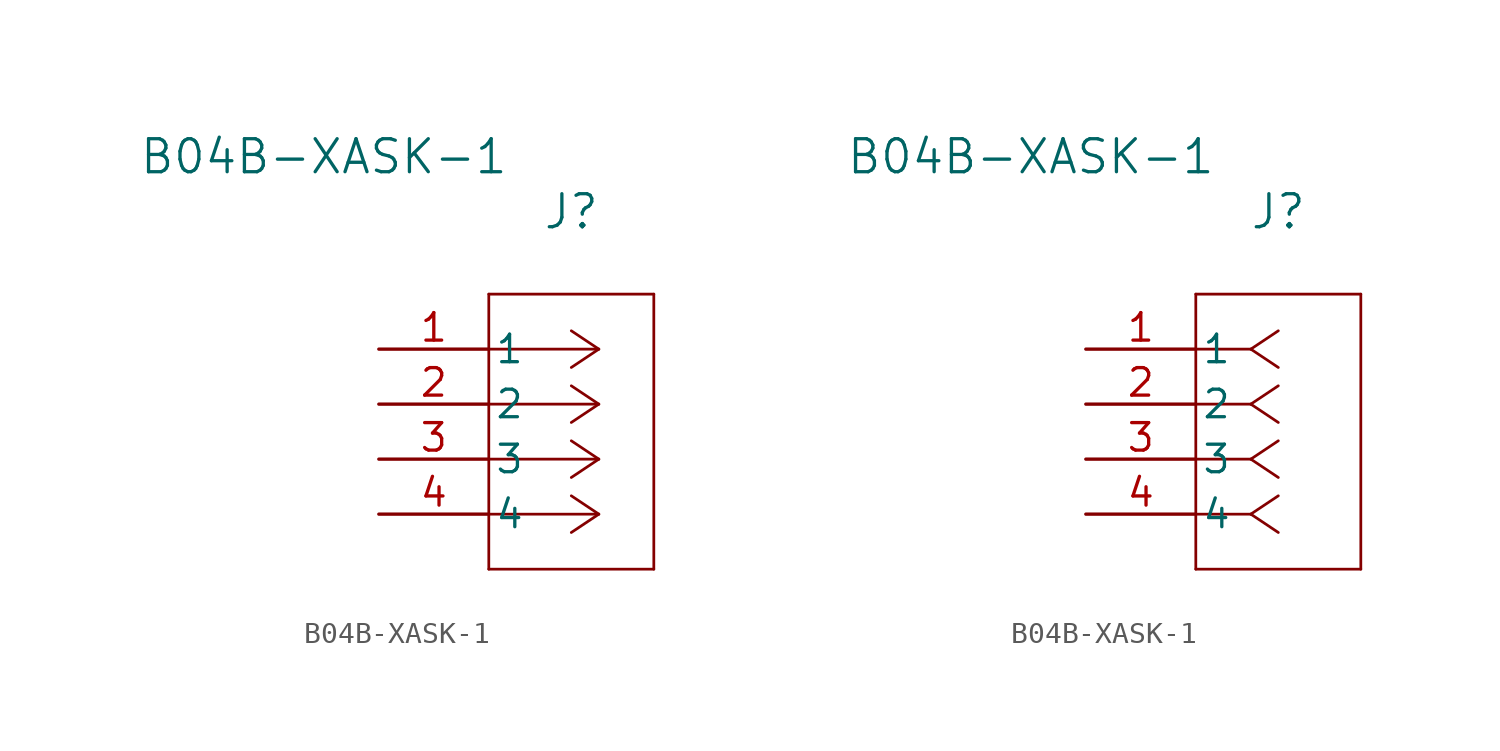
<source format=kicad_sym>
(kicad_symbol_lib
  (version 20220914)
  (generator kicad_symbol_editor)
  (symbol "B04B-XASK-1"
    (pin_names
      (offset 0.254))
    (property "Reference" "J"
      (at 8.89 6.35 0)
      (effects (font (size 1.524 1.524))))
    (property "Value" "B04B-XASK-1"
      (at -2.54 8.89 0)
      (effects (font (size 1.524 1.524))))
    (property "ki_locked" ""
      (at 0 0 0)
      (effects (font (size 1.27 1.27))))
    (symbol "B04B-XASK-1_1_1"
      (polyline (pts (xy 5.08 -10.16) (xy 12.7 -10.16)) (stroke (width 0.127) (type default)) (fill (type none)))
      (polyline (pts (xy 5.08 2.54) (xy 5.08 -10.16)) (stroke (width 0.127) (type default)) (fill (type none)))
      (polyline (pts (xy 10.16 -7.62) (xy 5.08 -7.62)) (stroke (width 0.127) (type default)) (fill (type none)))
      (polyline (pts (xy 10.16 -7.62) (xy 8.89 -8.467)) (stroke (width 0.127) (type default)) (fill (type none)))
      (polyline (pts (xy 10.16 -7.62) (xy 8.89 -6.773)) (stroke (width 0.127) (type default)) (fill (type none)))
      (polyline (pts (xy 10.16 -5.08) (xy 5.08 -5.08)) (stroke (width 0.127) (type default)) (fill (type none)))
      (polyline (pts (xy 10.16 -5.08) (xy 8.89 -5.927)) (stroke (width 0.127) (type default)) (fill (type none)))
      (polyline (pts (xy 10.16 -5.08) (xy 8.89 -4.233)) (stroke (width 0.127) (type default)) (fill (type none)))
      (polyline (pts (xy 10.16 -2.54) (xy 5.08 -2.54)) (stroke (width 0.127) (type default)) (fill (type none)))
      (polyline (pts (xy 10.16 -2.54) (xy 8.89 -3.387)) (stroke (width 0.127) (type default)) (fill (type none)))
      (polyline (pts (xy 10.16 -2.54) (xy 8.89 -1.693)) (stroke (width 0.127) (type default)) (fill (type none)))
      (polyline (pts (xy 10.16 0) (xy 5.08 0)) (stroke (width 0.127) (type default)) (fill (type none)))
      (polyline (pts (xy 10.16 0) (xy 8.89 -0.847)) (stroke (width 0.127) (type default)) (fill (type none)))
      (polyline (pts (xy 10.16 0) (xy 8.89 0.847)) (stroke (width 0.127) (type default)) (fill (type none)))
      (polyline (pts (xy 12.7 -10.16) (xy 12.7 2.54)) (stroke (width 0.127) (type default)) (fill (type none)))
      (polyline (pts (xy 12.7 2.54) (xy 5.08 2.54)) (stroke (width 0.127) (type default)) (fill (type none)))
      (pin passive line (at 0 0 0) (length 5.08) (name "1" (effects (font (size 1.27 1.27)))) (number "1" (effects (font (size 1.27 1.27)))))
      (pin passive line (at 0 -2.54 0) (length 5.08) (name "2" (effects (font (size 1.27 1.27)))) (number "2" (effects (font (size 1.27 1.27)))))
      (pin passive line (at 0 -5.08 0) (length 5.08) (name "3" (effects (font (size 1.27 1.27)))) (number "3" (effects (font (size 1.27 1.27)))))
      (pin passive line (at 0 -7.62 0) (length 5.08) (name "4" (effects (font (size 1.27 1.27)))) (number "4" (effects (font (size 1.27 1.27))))))
    (symbol "B04B-XASK-1_1_2"
      (polyline (pts (xy 5.08 -10.16) (xy 12.7 -10.16)) (stroke (width 0.127) (type default)) (fill (type none)))
      (polyline (pts (xy 5.08 2.54) (xy 5.08 -10.16)) (stroke (width 0.127) (type default)) (fill (type none)))
      (polyline (pts (xy 7.62 -7.62) (xy 5.08 -7.62)) (stroke (width 0.127) (type default)) (fill (type none)))
      (polyline (pts (xy 7.62 -7.62) (xy 8.89 -8.467)) (stroke (width 0.127) (type default)) (fill (type none)))
      (polyline (pts (xy 7.62 -7.62) (xy 8.89 -6.773)) (stroke (width 0.127) (type default)) (fill (type none)))
      (polyline (pts (xy 7.62 -5.08) (xy 5.08 -5.08)) (stroke (width 0.127) (type default)) (fill (type none)))
      (polyline (pts (xy 7.62 -5.08) (xy 8.89 -5.927)) (stroke (width 0.127) (type default)) (fill (type none)))
      (polyline (pts (xy 7.62 -5.08) (xy 8.89 -4.233)) (stroke (width 0.127) (type default)) (fill (type none)))
      (polyline (pts (xy 7.62 -2.54) (xy 5.08 -2.54)) (stroke (width 0.127) (type default)) (fill (type none)))
      (polyline (pts (xy 7.62 -2.54) (xy 8.89 -3.387)) (stroke (width 0.127) (type default)) (fill (type none)))
      (polyline (pts (xy 7.62 -2.54) (xy 8.89 -1.693)) (stroke (width 0.127) (type default)) (fill (type none)))
      (polyline (pts (xy 7.62 0) (xy 5.08 0)) (stroke (width 0.127) (type default)) (fill (type none)))
      (polyline (pts (xy 7.62 0) (xy 8.89 -0.847)) (stroke (width 0.127) (type default)) (fill (type none)))
      (polyline (pts (xy 7.62 0) (xy 8.89 0.847)) (stroke (width 0.127) (type default)) (fill (type none)))
      (polyline (pts (xy 12.7 -10.16) (xy 12.7 2.54)) (stroke (width 0.127) (type default)) (fill (type none)))
      (polyline (pts (xy 12.7 2.54) (xy 5.08 2.54)) (stroke (width 0.127) (type default)) (fill (type none)))
      (pin unspecified line (at 0 0 0) (length 5.08) (name "1" (effects (font (size 1.27 1.27)))) (number "1" (effects (font (size 1.27 1.27)))))
      (pin unspecified line (at 0 -2.54 0) (length 5.08) (name "2" (effects (font (size 1.27 1.27)))) (number "2" (effects (font (size 1.27 1.27)))))
      (pin unspecified line (at 0 -5.08 0) (length 5.08) (name "3" (effects (font (size 1.27 1.27)))) (number "3" (effects (font (size 1.27 1.27)))))
      (pin unspecified line (at 0 -7.62 0) (length 5.08) (name "4" (effects (font (size 1.27 1.27)))) (number "4" (effects (font (size 1.27 1.27))))))))
</source>
